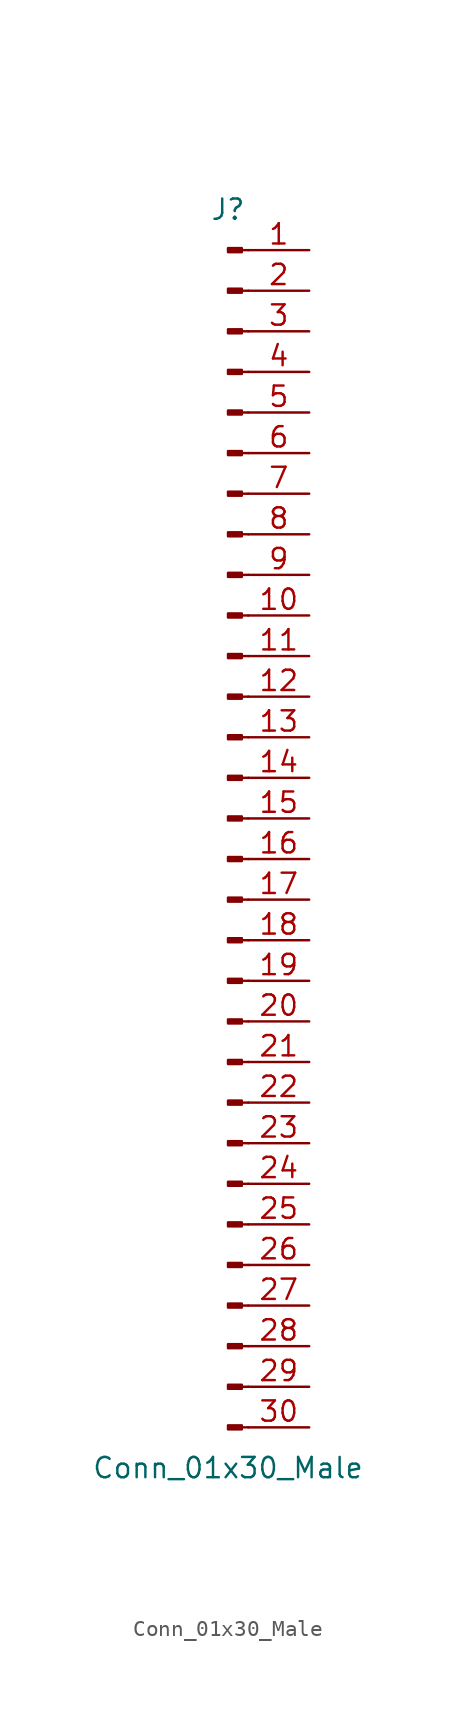
<source format=kicad_sym>
(kicad_symbol_lib
  (version 20220914)
  (generator kicad_symbol_editor)
  (symbol "Conn_01x30_Male"
    (pin_names
      (offset 1.016) hide)
    (property "Reference" "J"
      (at 0 38.1 0)
      (effects (font (size 1.27 1.27))))
    (property "Value" "Conn_01x30_Male"
      (at 0 -40.64 0)
      (effects (font (size 1.27 1.27))))
    (symbol "Conn_01x30_Male_1_1"
      (polyline (pts (xy 1.27 -38.1) (xy 0.864 -38.1)) (stroke (width 0.152) (type solid)) (fill (type none)))
      (polyline (pts (xy 1.27 -35.56) (xy 0.864 -35.56)) (stroke (width 0.152) (type solid)) (fill (type none)))
      (polyline (pts (xy 1.27 -33.02) (xy 0.864 -33.02)) (stroke (width 0.152) (type solid)) (fill (type none)))
      (polyline (pts (xy 1.27 -30.48) (xy 0.864 -30.48)) (stroke (width 0.152) (type solid)) (fill (type none)))
      (polyline (pts (xy 1.27 -27.94) (xy 0.864 -27.94)) (stroke (width 0.152) (type solid)) (fill (type none)))
      (polyline (pts (xy 1.27 -25.4) (xy 0.864 -25.4)) (stroke (width 0.152) (type solid)) (fill (type none)))
      (polyline (pts (xy 1.27 -22.86) (xy 0.864 -22.86)) (stroke (width 0.152) (type solid)) (fill (type none)))
      (polyline (pts (xy 1.27 -20.32) (xy 0.864 -20.32)) (stroke (width 0.152) (type solid)) (fill (type none)))
      (polyline (pts (xy 1.27 -17.78) (xy 0.864 -17.78)) (stroke (width 0.152) (type solid)) (fill (type none)))
      (polyline (pts (xy 1.27 -15.24) (xy 0.864 -15.24)) (stroke (width 0.152) (type solid)) (fill (type none)))
      (polyline (pts (xy 1.27 -12.7) (xy 0.864 -12.7)) (stroke (width 0.152) (type solid)) (fill (type none)))
      (polyline (pts (xy 1.27 -10.16) (xy 0.864 -10.16)) (stroke (width 0.152) (type solid)) (fill (type none)))
      (polyline (pts (xy 1.27 -7.62) (xy 0.864 -7.62)) (stroke (width 0.152) (type solid)) (fill (type none)))
      (polyline (pts (xy 1.27 -5.08) (xy 0.864 -5.08)) (stroke (width 0.152) (type solid)) (fill (type none)))
      (polyline (pts (xy 1.27 -2.54) (xy 0.864 -2.54)) (stroke (width 0.152) (type solid)) (fill (type none)))
      (polyline (pts (xy 1.27 0) (xy 0.864 0)) (stroke (width 0.152) (type solid)) (fill (type none)))
      (polyline (pts (xy 1.27 2.54) (xy 0.864 2.54)) (stroke (width 0.152) (type solid)) (fill (type none)))
      (polyline (pts (xy 1.27 5.08) (xy 0.864 5.08)) (stroke (width 0.152) (type solid)) (fill (type none)))
      (polyline (pts (xy 1.27 7.62) (xy 0.864 7.62)) (stroke (width 0.152) (type solid)) (fill (type none)))
      (polyline (pts (xy 1.27 10.16) (xy 0.864 10.16)) (stroke (width 0.152) (type solid)) (fill (type none)))
      (polyline (pts (xy 1.27 12.7) (xy 0.864 12.7)) (stroke (width 0.152) (type solid)) (fill (type none)))
      (polyline (pts (xy 1.27 15.24) (xy 0.864 15.24)) (stroke (width 0.152) (type solid)) (fill (type none)))
      (polyline (pts (xy 1.27 17.78) (xy 0.864 17.78)) (stroke (width 0.152) (type solid)) (fill (type none)))
      (polyline (pts (xy 1.27 20.32) (xy 0.864 20.32)) (stroke (width 0.152) (type solid)) (fill (type none)))
      (polyline (pts (xy 1.27 22.86) (xy 0.864 22.86)) (stroke (width 0.152) (type solid)) (fill (type none)))
      (polyline (pts (xy 1.27 25.4) (xy 0.864 25.4)) (stroke (width 0.152) (type solid)) (fill (type none)))
      (polyline (pts (xy 1.27 27.94) (xy 0.864 27.94)) (stroke (width 0.152) (type solid)) (fill (type none)))
      (polyline (pts (xy 1.27 30.48) (xy 0.864 30.48)) (stroke (width 0.152) (type solid)) (fill (type none)))
      (polyline (pts (xy 1.27 33.02) (xy 0.864 33.02)) (stroke (width 0.152) (type solid)) (fill (type none)))
      (polyline (pts (xy 1.27 35.56) (xy 0.864 35.56)) (stroke (width 0.152) (type solid)) (fill (type none)))
      (rectangle (start 0.864 -37.973) (end 0 -38.227) (stroke (width 0.152) (type solid)) (fill (type outline)))
      (rectangle (start 0.864 -35.433) (end 0 -35.687) (stroke (width 0.152) (type solid)) (fill (type outline)))
      (rectangle (start 0.864 -32.893) (end 0 -33.147) (stroke (width 0.152) (type solid)) (fill (type outline)))
      (rectangle (start 0.864 -30.353) (end 0 -30.607) (stroke (width 0.152) (type solid)) (fill (type outline)))
      (rectangle (start 0.864 -27.813) (end 0 -28.067) (stroke (width 0.152) (type solid)) (fill (type outline)))
      (rectangle (start 0.864 -25.273) (end 0 -25.527) (stroke (width 0.152) (type solid)) (fill (type outline)))
      (rectangle (start 0.864 -22.733) (end 0 -22.987) (stroke (width 0.152) (type solid)) (fill (type outline)))
      (rectangle (start 0.864 -20.193) (end 0 -20.447) (stroke (width 0.152) (type solid)) (fill (type outline)))
      (rectangle (start 0.864 -17.653) (end 0 -17.907) (stroke (width 0.152) (type solid)) (fill (type outline)))
      (rectangle (start 0.864 -15.113) (end 0 -15.367) (stroke (width 0.152) (type solid)) (fill (type outline)))
      (rectangle (start 0.864 -12.573) (end 0 -12.827) (stroke (width 0.152) (type solid)) (fill (type outline)))
      (rectangle (start 0.864 -10.033) (end 0 -10.287) (stroke (width 0.152) (type solid)) (fill (type outline)))
      (rectangle (start 0.864 -7.493) (end 0 -7.747) (stroke (width 0.152) (type solid)) (fill (type outline)))
      (rectangle (start 0.864 -4.953) (end 0 -5.207) (stroke (width 0.152) (type solid)) (fill (type outline)))
      (rectangle (start 0.864 -2.413) (end 0 -2.667) (stroke (width 0.152) (type solid)) (fill (type outline)))
      (rectangle (start 0.864 0.127) (end 0 -0.127) (stroke (width 0.152) (type solid)) (fill (type outline)))
      (rectangle (start 0.864 2.667) (end 0 2.413) (stroke (width 0.152) (type solid)) (fill (type outline)))
      (rectangle (start 0.864 5.207) (end 0 4.953) (stroke (width 0.152) (type solid)) (fill (type outline)))
      (rectangle (start 0.864 7.747) (end 0 7.493) (stroke (width 0.152) (type solid)) (fill (type outline)))
      (rectangle (start 0.864 10.287) (end 0 10.033) (stroke (width 0.152) (type solid)) (fill (type outline)))
      (rectangle (start 0.864 12.827) (end 0 12.573) (stroke (width 0.152) (type solid)) (fill (type outline)))
      (rectangle (start 0.864 15.367) (end 0 15.113) (stroke (width 0.152) (type solid)) (fill (type outline)))
      (rectangle (start 0.864 17.907) (end 0 17.653) (stroke (width 0.152) (type solid)) (fill (type outline)))
      (rectangle (start 0.864 20.447) (end 0 20.193) (stroke (width 0.152) (type solid)) (fill (type outline)))
      (rectangle (start 0.864 22.987) (end 0 22.733) (stroke (width 0.152) (type solid)) (fill (type outline)))
      (rectangle (start 0.864 25.527) (end 0 25.273) (stroke (width 0.152) (type solid)) (fill (type outline)))
      (rectangle (start 0.864 28.067) (end 0 27.813) (stroke (width 0.152) (type solid)) (fill (type outline)))
      (rectangle (start 0.864 30.607) (end 0 30.353) (stroke (width 0.152) (type solid)) (fill (type outline)))
      (rectangle (start 0.864 33.147) (end 0 32.893) (stroke (width 0.152) (type solid)) (fill (type outline)))
      (rectangle (start 0.864 35.687) (end 0 35.433) (stroke (width 0.152) (type solid)) (fill (type outline)))
      (pin passive line (at 5.08 35.56 180) (length 3.81) (name "Pin_1" (effects (font (size 1.27 1.27)))) (number "1" (effects (font (size 1.27 1.27)))))
      (pin passive line (at 5.08 12.7 180) (length 3.81) (name "Pin_10" (effects (font (size 1.27 1.27)))) (number "10" (effects (font (size 1.27 1.27)))))
      (pin passive line (at 5.08 10.16 180) (length 3.81) (name "Pin_11" (effects (font (size 1.27 1.27)))) (number "11" (effects (font (size 1.27 1.27)))))
      (pin passive line (at 5.08 7.62 180) (length 3.81) (name "Pin_12" (effects (font (size 1.27 1.27)))) (number "12" (effects (font (size 1.27 1.27)))))
      (pin passive line (at 5.08 5.08 180) (length 3.81) (name "Pin_13" (effects (font (size 1.27 1.27)))) (number "13" (effects (font (size 1.27 1.27)))))
      (pin passive line (at 5.08 2.54 180) (length 3.81) (name "Pin_14" (effects (font (size 1.27 1.27)))) (number "14" (effects (font (size 1.27 1.27)))))
      (pin passive line (at 5.08 0 180) (length 3.81) (name "Pin_15" (effects (font (size 1.27 1.27)))) (number "15" (effects (font (size 1.27 1.27)))))
      (pin passive line (at 5.08 -2.54 180) (length 3.81) (name "Pin_16" (effects (font (size 1.27 1.27)))) (number "16" (effects (font (size 1.27 1.27)))))
      (pin passive line (at 5.08 -5.08 180) (length 3.81) (name "Pin_17" (effects (font (size 1.27 1.27)))) (number "17" (effects (font (size 1.27 1.27)))))
      (pin passive line (at 5.08 -7.62 180) (length 3.81) (name "Pin_18" (effects (font (size 1.27 1.27)))) (number "18" (effects (font (size 1.27 1.27)))))
      (pin passive line (at 5.08 -10.16 180) (length 3.81) (name "Pin_19" (effects (font (size 1.27 1.27)))) (number "19" (effects (font (size 1.27 1.27)))))
      (pin passive line (at 5.08 33.02 180) (length 3.81) (name "Pin_2" (effects (font (size 1.27 1.27)))) (number "2" (effects (font (size 1.27 1.27)))))
      (pin passive line (at 5.08 -12.7 180) (length 3.81) (name "Pin_20" (effects (font (size 1.27 1.27)))) (number "20" (effects (font (size 1.27 1.27)))))
      (pin passive line (at 5.08 -15.24 180) (length 3.81) (name "Pin_21" (effects (font (size 1.27 1.27)))) (number "21" (effects (font (size 1.27 1.27)))))
      (pin passive line (at 5.08 -17.78 180) (length 3.81) (name "Pin_22" (effects (font (size 1.27 1.27)))) (number "22" (effects (font (size 1.27 1.27)))))
      (pin passive line (at 5.08 -20.32 180) (length 3.81) (name "Pin_23" (effects (font (size 1.27 1.27)))) (number "23" (effects (font (size 1.27 1.27)))))
      (pin passive line (at 5.08 -22.86 180) (length 3.81) (name "Pin_24" (effects (font (size 1.27 1.27)))) (number "24" (effects (font (size 1.27 1.27)))))
      (pin passive line (at 5.08 -25.4 180) (length 3.81) (name "Pin_25" (effects (font (size 1.27 1.27)))) (number "25" (effects (font (size 1.27 1.27)))))
      (pin passive line (at 5.08 -27.94 180) (length 3.81) (name "Pin_26" (effects (font (size 1.27 1.27)))) (number "26" (effects (font (size 1.27 1.27)))))
      (pin passive line (at 5.08 -30.48 180) (length 3.81) (name "Pin_27" (effects (font (size 1.27 1.27)))) (number "27" (effects (font (size 1.27 1.27)))))
      (pin passive line (at 5.08 -33.02 180) (length 3.81) (name "Pin_28" (effects (font (size 1.27 1.27)))) (number "28" (effects (font (size 1.27 1.27)))))
      (pin passive line (at 5.08 -35.56 180) (length 3.81) (name "Pin_29" (effects (font (size 1.27 1.27)))) (number "29" (effects (font (size 1.27 1.27)))))
      (pin passive line (at 5.08 30.48 180) (length 3.81) (name "Pin_3" (effects (font (size 1.27 1.27)))) (number "3" (effects (font (size 1.27 1.27)))))
      (pin passive line (at 5.08 -38.1 180) (length 3.81) (name "Pin_30" (effects (font (size 1.27 1.27)))) (number "30" (effects (font (size 1.27 1.27)))))
      (pin passive line (at 5.08 27.94 180) (length 3.81) (name "Pin_4" (effects (font (size 1.27 1.27)))) (number "4" (effects (font (size 1.27 1.27)))))
      (pin passive line (at 5.08 25.4 180) (length 3.81) (name "Pin_5" (effects (font (size 1.27 1.27)))) (number "5" (effects (font (size 1.27 1.27)))))
      (pin passive line (at 5.08 22.86 180) (length 3.81) (name "Pin_6" (effects (font (size 1.27 1.27)))) (number "6" (effects (font (size 1.27 1.27)))))
      (pin passive line (at 5.08 20.32 180) (length 3.81) (name "Pin_7" (effects (font (size 1.27 1.27)))) (number "7" (effects (font (size 1.27 1.27)))))
      (pin passive line (at 5.08 17.78 180) (length 3.81) (name "Pin_8" (effects (font (size 1.27 1.27)))) (number "8" (effects (font (size 1.27 1.27)))))
      (pin passive line (at 5.08 15.24 180) (length 3.81) (name "Pin_9" (effects (font (size 1.27 1.27)))) (number "9" (effects (font (size 1.27 1.27))))))))
</source>
